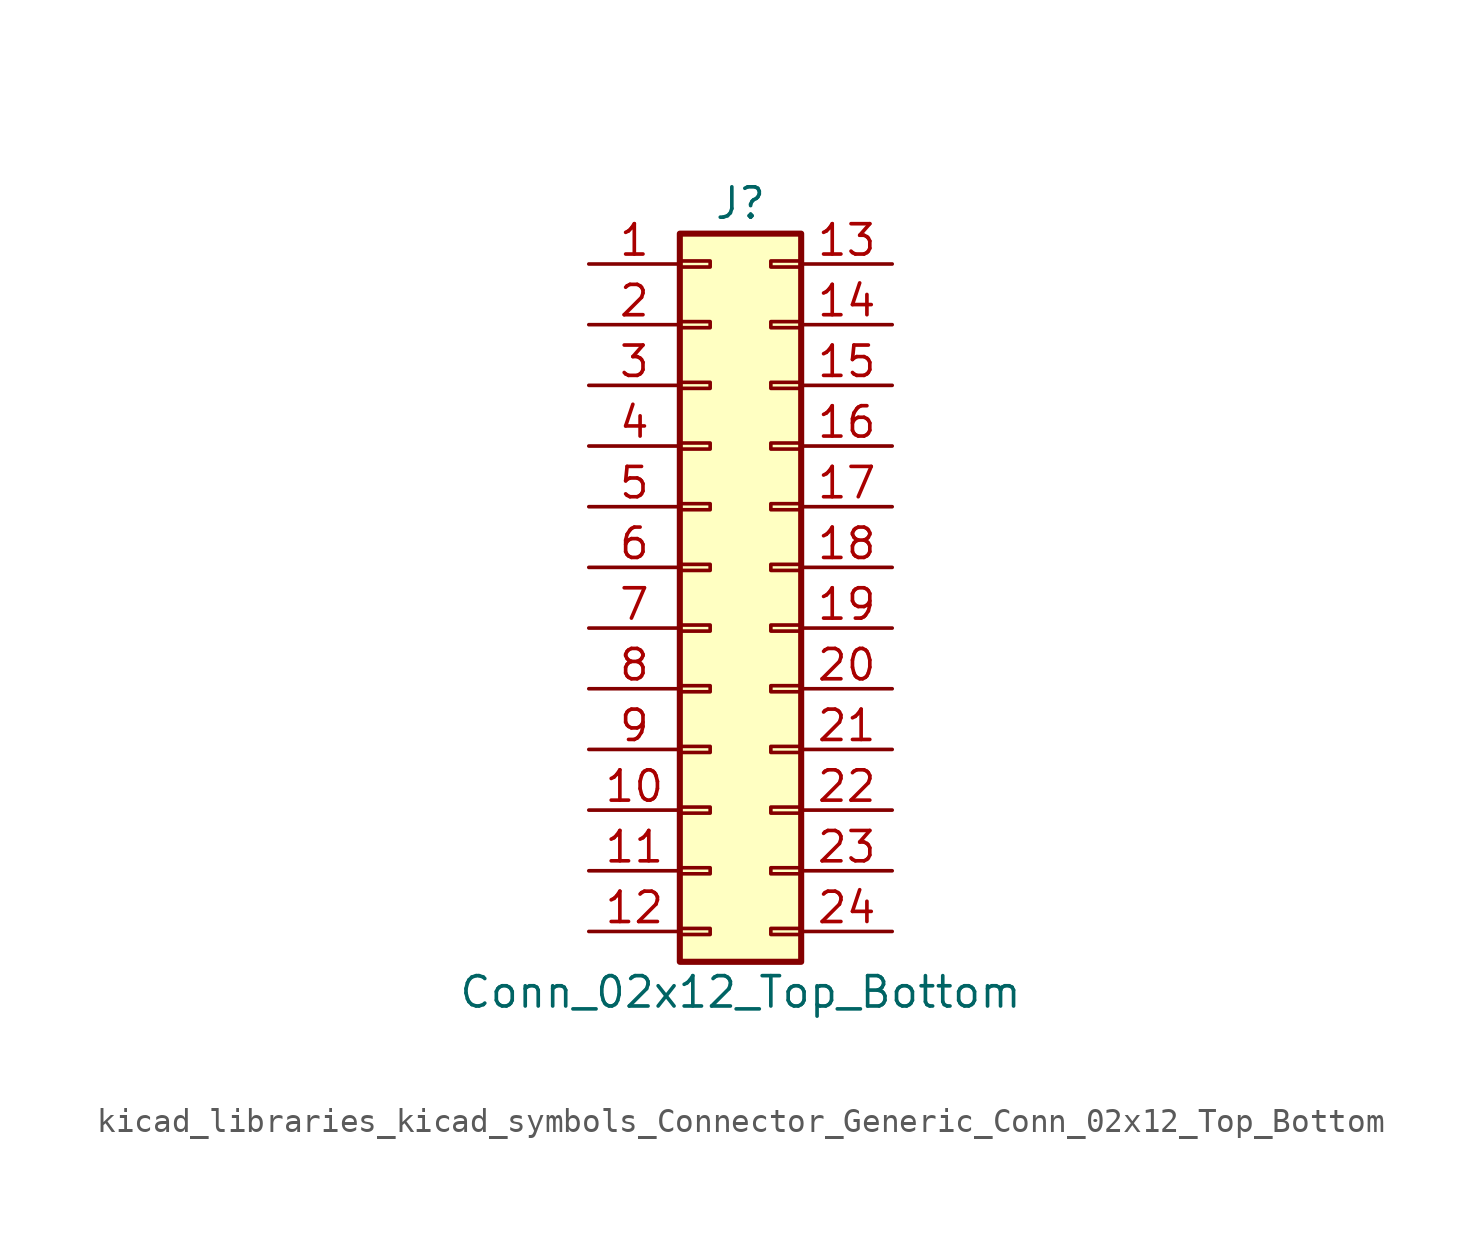
<source format=kicad_sym>
(kicad_symbol_lib
  (version 20220914)
  (generator kicad_symbol_editor)
  (symbol "kicad_libraries_kicad_symbols_Connector_Generic_Conn_02x12_Top_Bottom"
    (pin_names
      (offset 1.016) hide)
    (property "Reference" "J"
      (at 1.27 15.24 0)
      (effects (font (size 1.27 1.27))))
    (property "Value" "Conn_02x12_Top_Bottom"
      (at 1.27 -17.78 0)
      (effects (font (size 1.27 1.27))))
    (symbol "kicad_libraries_kicad_symbols_Connector_Generic_Conn_02x12_Top_Bottom_1_1"
      (rectangle (start -1.27 -15.113) (end 0 -15.367) (stroke (width 0.152) (type default)) (fill (type none)))
      (rectangle (start -1.27 -12.573) (end 0 -12.827) (stroke (width 0.152) (type default)) (fill (type none)))
      (rectangle (start -1.27 -10.033) (end 0 -10.287) (stroke (width 0.152) (type default)) (fill (type none)))
      (rectangle (start -1.27 -7.493) (end 0 -7.747) (stroke (width 0.152) (type default)) (fill (type none)))
      (rectangle (start -1.27 -4.953) (end 0 -5.207) (stroke (width 0.152) (type default)) (fill (type none)))
      (rectangle (start -1.27 -2.413) (end 0 -2.667) (stroke (width 0.152) (type default)) (fill (type none)))
      (rectangle (start -1.27 0.127) (end 0 -0.127) (stroke (width 0.152) (type default)) (fill (type none)))
      (rectangle (start -1.27 2.667) (end 0 2.413) (stroke (width 0.152) (type default)) (fill (type none)))
      (rectangle (start -1.27 5.207) (end 0 4.953) (stroke (width 0.152) (type default)) (fill (type none)))
      (rectangle (start -1.27 7.747) (end 0 7.493) (stroke (width 0.152) (type default)) (fill (type none)))
      (rectangle (start -1.27 10.287) (end 0 10.033) (stroke (width 0.152) (type default)) (fill (type none)))
      (rectangle (start -1.27 12.827) (end 0 12.573) (stroke (width 0.152) (type default)) (fill (type none)))
      (rectangle (start -1.27 13.97) (end 3.81 -16.51) (stroke (width 0.254) (type default)) (fill (type background)))
      (rectangle (start 3.81 -15.113) (end 2.54 -15.367) (stroke (width 0.152) (type default)) (fill (type none)))
      (rectangle (start 3.81 -12.573) (end 2.54 -12.827) (stroke (width 0.152) (type default)) (fill (type none)))
      (rectangle (start 3.81 -10.033) (end 2.54 -10.287) (stroke (width 0.152) (type default)) (fill (type none)))
      (rectangle (start 3.81 -7.493) (end 2.54 -7.747) (stroke (width 0.152) (type default)) (fill (type none)))
      (rectangle (start 3.81 -4.953) (end 2.54 -5.207) (stroke (width 0.152) (type default)) (fill (type none)))
      (rectangle (start 3.81 -2.413) (end 2.54 -2.667) (stroke (width 0.152) (type default)) (fill (type none)))
      (rectangle (start 3.81 0.127) (end 2.54 -0.127) (stroke (width 0.152) (type default)) (fill (type none)))
      (rectangle (start 3.81 2.667) (end 2.54 2.413) (stroke (width 0.152) (type default)) (fill (type none)))
      (rectangle (start 3.81 5.207) (end 2.54 4.953) (stroke (width 0.152) (type default)) (fill (type none)))
      (rectangle (start 3.81 7.747) (end 2.54 7.493) (stroke (width 0.152) (type default)) (fill (type none)))
      (rectangle (start 3.81 10.287) (end 2.54 10.033) (stroke (width 0.152) (type default)) (fill (type none)))
      (rectangle (start 3.81 12.827) (end 2.54 12.573) (stroke (width 0.152) (type default)) (fill (type none)))
      (pin passive line (at -5.08 12.7 0) (length 3.81) (name "Pin_1" (effects (font (size 1.27 1.27)))) (number "1" (effects (font (size 1.27 1.27)))))
      (pin passive line (at -5.08 -10.16 0) (length 3.81) (name "Pin_10" (effects (font (size 1.27 1.27)))) (number "10" (effects (font (size 1.27 1.27)))))
      (pin passive line (at -5.08 -12.7 0) (length 3.81) (name "Pin_11" (effects (font (size 1.27 1.27)))) (number "11" (effects (font (size 1.27 1.27)))))
      (pin passive line (at -5.08 -15.24 0) (length 3.81) (name "Pin_12" (effects (font (size 1.27 1.27)))) (number "12" (effects (font (size 1.27 1.27)))))
      (pin passive line (at 7.62 12.7 180) (length 3.81) (name "Pin_13" (effects (font (size 1.27 1.27)))) (number "13" (effects (font (size 1.27 1.27)))))
      (pin passive line (at 7.62 10.16 180) (length 3.81) (name "Pin_14" (effects (font (size 1.27 1.27)))) (number "14" (effects (font (size 1.27 1.27)))))
      (pin passive line (at 7.62 7.62 180) (length 3.81) (name "Pin_15" (effects (font (size 1.27 1.27)))) (number "15" (effects (font (size 1.27 1.27)))))
      (pin passive line (at 7.62 5.08 180) (length 3.81) (name "Pin_16" (effects (font (size 1.27 1.27)))) (number "16" (effects (font (size 1.27 1.27)))))
      (pin passive line (at 7.62 2.54 180) (length 3.81) (name "Pin_17" (effects (font (size 1.27 1.27)))) (number "17" (effects (font (size 1.27 1.27)))))
      (pin passive line (at 7.62 0 180) (length 3.81) (name "Pin_18" (effects (font (size 1.27 1.27)))) (number "18" (effects (font (size 1.27 1.27)))))
      (pin passive line (at 7.62 -2.54 180) (length 3.81) (name "Pin_19" (effects (font (size 1.27 1.27)))) (number "19" (effects (font (size 1.27 1.27)))))
      (pin passive line (at -5.08 10.16 0) (length 3.81) (name "Pin_2" (effects (font (size 1.27 1.27)))) (number "2" (effects (font (size 1.27 1.27)))))
      (pin passive line (at 7.62 -5.08 180) (length 3.81) (name "Pin_20" (effects (font (size 1.27 1.27)))) (number "20" (effects (font (size 1.27 1.27)))))
      (pin passive line (at 7.62 -7.62 180) (length 3.81) (name "Pin_21" (effects (font (size 1.27 1.27)))) (number "21" (effects (font (size 1.27 1.27)))))
      (pin passive line (at 7.62 -10.16 180) (length 3.81) (name "Pin_22" (effects (font (size 1.27 1.27)))) (number "22" (effects (font (size 1.27 1.27)))))
      (pin passive line (at 7.62 -12.7 180) (length 3.81) (name "Pin_23" (effects (font (size 1.27 1.27)))) (number "23" (effects (font (size 1.27 1.27)))))
      (pin passive line (at 7.62 -15.24 180) (length 3.81) (name "Pin_24" (effects (font (size 1.27 1.27)))) (number "24" (effects (font (size 1.27 1.27)))))
      (pin passive line (at -5.08 7.62 0) (length 3.81) (name "Pin_3" (effects (font (size 1.27 1.27)))) (number "3" (effects (font (size 1.27 1.27)))))
      (pin passive line (at -5.08 5.08 0) (length 3.81) (name "Pin_4" (effects (font (size 1.27 1.27)))) (number "4" (effects (font (size 1.27 1.27)))))
      (pin passive line (at -5.08 2.54 0) (length 3.81) (name "Pin_5" (effects (font (size 1.27 1.27)))) (number "5" (effects (font (size 1.27 1.27)))))
      (pin passive line (at -5.08 0 0) (length 3.81) (name "Pin_6" (effects (font (size 1.27 1.27)))) (number "6" (effects (font (size 1.27 1.27)))))
      (pin passive line (at -5.08 -2.54 0) (length 3.81) (name "Pin_7" (effects (font (size 1.27 1.27)))) (number "7" (effects (font (size 1.27 1.27)))))
      (pin passive line (at -5.08 -5.08 0) (length 3.81) (name "Pin_8" (effects (font (size 1.27 1.27)))) (number "8" (effects (font (size 1.27 1.27)))))
      (pin passive line (at -5.08 -7.62 0) (length 3.81) (name "Pin_9" (effects (font (size 1.27 1.27)))) (number "9" (effects (font (size 1.27 1.27))))))))
</source>
